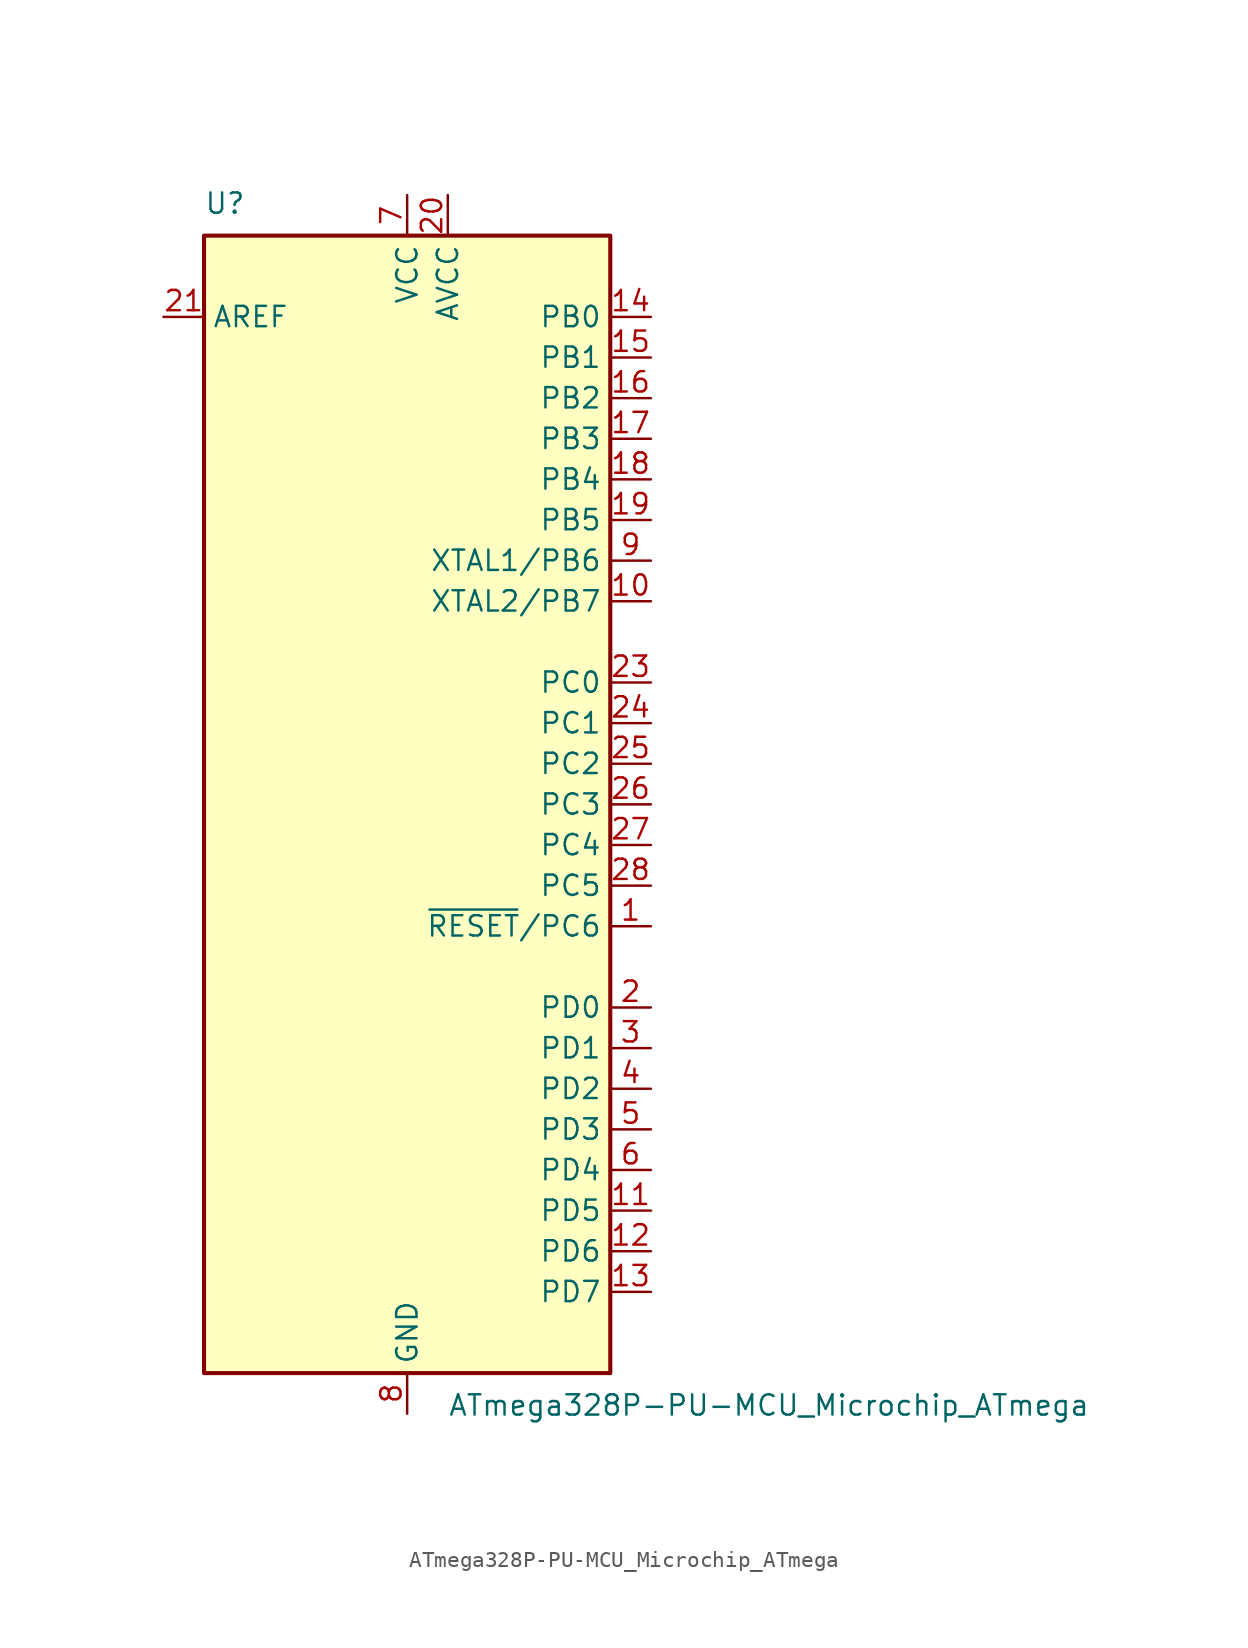
<source format=kicad_sym>
(kicad_symbol_lib
  (version 20231120)
  (generator "kicad_symbol_editor")
  (generator_version "8.0")
  (symbol "ATmega328P-PU-MCU_Microchip_ATmega"
    (property "Reference" "U"
      (at -12.7 36.83 0)
      (effects (font (size 1.27 1.27)) (justify left bottom)))
    (property "Value" "ATmega328P-PU-MCU_Microchip_ATmega"
      (at 2.54 -36.83 0)
      (effects (font (size 1.27 1.27)) (justify left top)))
    (symbol "ATmega328P-PU-MCU_Microchip_ATmega_0_1"
      (rectangle (start -12.7 -35.56) (end 12.7 35.56) (stroke (width 0.254) (type solid)) (fill (type background))))
    (symbol "ATmega328P-PU-MCU_Microchip_ATmega_1_1"
      (pin tri_state line (at 15.24 -7.62 180) (length 2.54) (name "~{RESET}/PC6" (effects (font (size 1.27 1.27)))) (number "1" (effects (font (size 1.27 1.27)))))
      (pin tri_state line (at 15.24 12.7 180) (length 2.54) (name "XTAL2/PB7" (effects (font (size 1.27 1.27)))) (number "10" (effects (font (size 1.27 1.27)))))
      (pin tri_state line (at 15.24 -25.4 180) (length 2.54) (name "PD5" (effects (font (size 1.27 1.27)))) (number "11" (effects (font (size 1.27 1.27)))))
      (pin tri_state line (at 15.24 -27.94 180) (length 2.54) (name "PD6" (effects (font (size 1.27 1.27)))) (number "12" (effects (font (size 1.27 1.27)))))
      (pin tri_state line (at 15.24 -30.48 180) (length 2.54) (name "PD7" (effects (font (size 1.27 1.27)))) (number "13" (effects (font (size 1.27 1.27)))))
      (pin tri_state line (at 15.24 30.48 180) (length 2.54) (name "PB0" (effects (font (size 1.27 1.27)))) (number "14" (effects (font (size 1.27 1.27)))))
      (pin tri_state line (at 15.24 27.94 180) (length 2.54) (name "PB1" (effects (font (size 1.27 1.27)))) (number "15" (effects (font (size 1.27 1.27)))))
      (pin tri_state line (at 15.24 25.4 180) (length 2.54) (name "PB2" (effects (font (size 1.27 1.27)))) (number "16" (effects (font (size 1.27 1.27)))))
      (pin tri_state line (at 15.24 22.86 180) (length 2.54) (name "PB3" (effects (font (size 1.27 1.27)))) (number "17" (effects (font (size 1.27 1.27)))))
      (pin tri_state line (at 15.24 20.32 180) (length 2.54) (name "PB4" (effects (font (size 1.27 1.27)))) (number "18" (effects (font (size 1.27 1.27)))))
      (pin tri_state line (at 15.24 17.78 180) (length 2.54) (name "PB5" (effects (font (size 1.27 1.27)))) (number "19" (effects (font (size 1.27 1.27)))))
      (pin tri_state line (at 15.24 -12.7 180) (length 2.54) (name "PD0" (effects (font (size 1.27 1.27)))) (number "2" (effects (font (size 1.27 1.27)))))
      (pin power_in line (at 2.54 38.1 270) (length 2.54) (name "AVCC" (effects (font (size 1.27 1.27)))) (number "20" (effects (font (size 1.27 1.27)))))
      (pin passive line (at -15.24 30.48 0) (length 2.54) (name "AREF" (effects (font (size 1.27 1.27)))) (number "21" (effects (font (size 1.27 1.27)))))
      (pin passive line (at 0 -38.1 90) (length 2.54) hide (name "GND" (effects (font (size 1.27 1.27)))) (number "22" (effects (font (size 1.27 1.27)))))
      (pin tri_state line (at 15.24 7.62 180) (length 2.54) (name "PC0" (effects (font (size 1.27 1.27)))) (number "23" (effects (font (size 1.27 1.27)))))
      (pin tri_state line (at 15.24 5.08 180) (length 2.54) (name "PC1" (effects (font (size 1.27 1.27)))) (number "24" (effects (font (size 1.27 1.27)))))
      (pin tri_state line (at 15.24 2.54 180) (length 2.54) (name "PC2" (effects (font (size 1.27 1.27)))) (number "25" (effects (font (size 1.27 1.27)))))
      (pin tri_state line (at 15.24 0 180) (length 2.54) (name "PC3" (effects (font (size 1.27 1.27)))) (number "26" (effects (font (size 1.27 1.27)))))
      (pin tri_state line (at 15.24 -2.54 180) (length 2.54) (name "PC4" (effects (font (size 1.27 1.27)))) (number "27" (effects (font (size 1.27 1.27)))))
      (pin tri_state line (at 15.24 -5.08 180) (length 2.54) (name "PC5" (effects (font (size 1.27 1.27)))) (number "28" (effects (font (size 1.27 1.27)))))
      (pin tri_state line (at 15.24 -15.24 180) (length 2.54) (name "PD1" (effects (font (size 1.27 1.27)))) (number "3" (effects (font (size 1.27 1.27)))))
      (pin tri_state line (at 15.24 -17.78 180) (length 2.54) (name "PD2" (effects (font (size 1.27 1.27)))) (number "4" (effects (font (size 1.27 1.27)))))
      (pin tri_state line (at 15.24 -20.32 180) (length 2.54) (name "PD3" (effects (font (size 1.27 1.27)))) (number "5" (effects (font (size 1.27 1.27)))))
      (pin tri_state line (at 15.24 -22.86 180) (length 2.54) (name "PD4" (effects (font (size 1.27 1.27)))) (number "6" (effects (font (size 1.27 1.27)))))
      (pin power_in line (at 0 38.1 270) (length 2.54) (name "VCC" (effects (font (size 1.27 1.27)))) (number "7" (effects (font (size 1.27 1.27)))))
      (pin power_in line (at 0 -38.1 90) (length 2.54) (name "GND" (effects (font (size 1.27 1.27)))) (number "8" (effects (font (size 1.27 1.27)))))
      (pin tri_state line (at 15.24 15.24 180) (length 2.54) (name "XTAL1/PB6" (effects (font (size 1.27 1.27)))) (number "9" (effects (font (size 1.27 1.27))))))))
</source>
